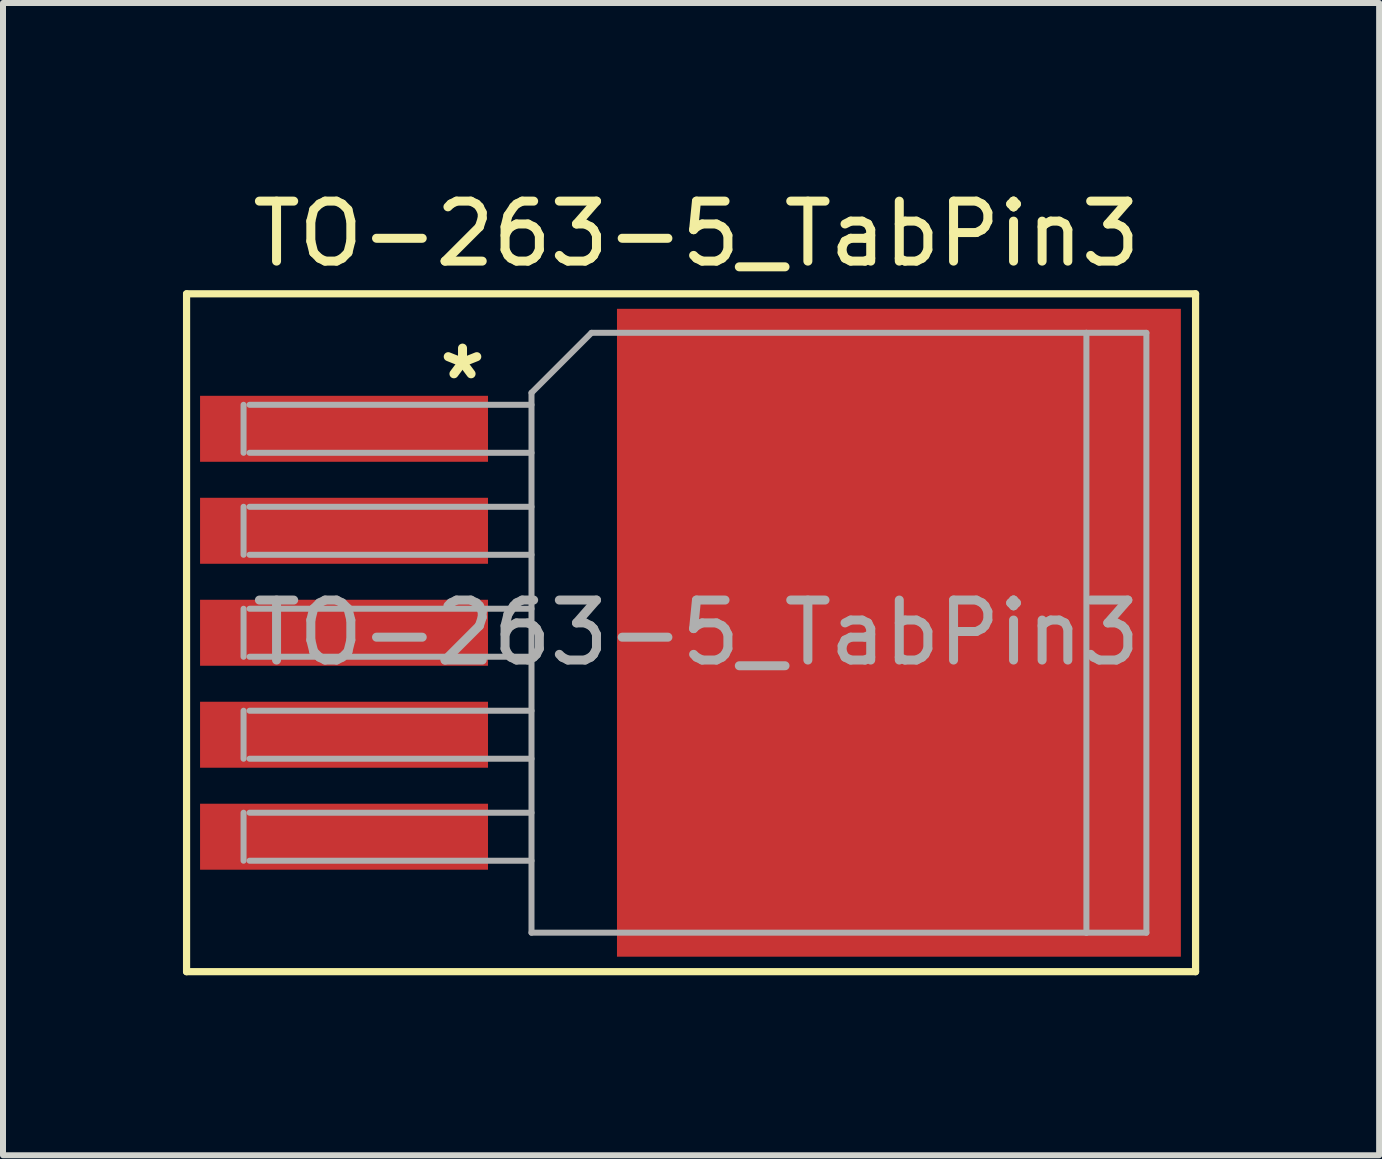
<source format=kicad_pcb>
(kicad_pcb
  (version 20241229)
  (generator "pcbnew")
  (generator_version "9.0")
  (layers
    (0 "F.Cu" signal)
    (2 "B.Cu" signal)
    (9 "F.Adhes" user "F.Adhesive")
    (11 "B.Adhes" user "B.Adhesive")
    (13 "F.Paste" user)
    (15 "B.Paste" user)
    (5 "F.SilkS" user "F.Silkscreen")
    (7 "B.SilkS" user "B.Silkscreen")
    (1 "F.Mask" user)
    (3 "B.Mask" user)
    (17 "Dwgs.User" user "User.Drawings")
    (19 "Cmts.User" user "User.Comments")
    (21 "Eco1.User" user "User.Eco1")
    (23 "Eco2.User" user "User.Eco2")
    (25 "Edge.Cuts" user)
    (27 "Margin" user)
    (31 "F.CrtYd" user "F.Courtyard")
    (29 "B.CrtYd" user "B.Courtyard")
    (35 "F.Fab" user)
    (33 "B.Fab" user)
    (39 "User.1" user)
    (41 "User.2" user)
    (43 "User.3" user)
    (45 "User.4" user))
  (footprint "TO-263-5_TabPin3"
    (layer "F.Cu")
    (at 8.56 7.498)
    (property "Reference" "TO-263-5_TabPin3" (at 0 -6.65 0) (layer "F.SilkS") (effects (font (size 1 1) (thickness 0.15))))
    (attr smd)
    (fp_line (start -8.5 -5.65) (end -8.5 5.65) (stroke (width 0.12) (type solid)) (layer "F.SilkS"))
    (fp_line (start -8.5 5.65) (end 8.32 5.65) (stroke (width 0.12) (type solid)) (layer "F.SilkS"))
    (fp_line (start 8.32 -5.65) (end -8.5 -5.65) (stroke (width 0.12) (type solid)) (layer "F.SilkS"))
    (fp_line (start 8.32 5.65) (end 8.32 -5.65) (stroke (width 0.12) (type solid)) (layer "F.SilkS"))
    (fp_line (start -7.55 -3.8) (end -7.55 -3) (stroke (width 0.1) (type solid)) (layer "F.Fab"))
    (fp_line (start -7.55 -2.1) (end -7.55 -1.3) (stroke (width 0.1) (type solid)) (layer "F.Fab"))
    (fp_line (start -7.55 -0.4) (end -7.55 0.4) (stroke (width 0.1) (type solid)) (layer "F.Fab"))
    (fp_line (start -7.55 1.3) (end -7.55 2.1) (stroke (width 0.1) (type solid)) (layer "F.Fab"))
    (fp_line (start -7.55 3) (end -7.55 3.8) (stroke (width 0.1) (type solid)) (layer "F.Fab"))
    (fp_line (start -7.45 -3) (end -2.75 -3) (stroke (width 0.1) (type solid)) (layer "F.Fab"))
    (fp_line (start -7.45 -1.3) (end -2.75 -1.3) (stroke (width 0.1) (type solid)) (layer "F.Fab"))
    (fp_line (start -7.45 0.4) (end -2.75 0.4) (stroke (width 0.1) (type solid)) (layer "F.Fab"))
    (fp_line (start -7.45 2.1) (end -2.75 2.1) (stroke (width 0.1) (type solid)) (layer "F.Fab"))
    (fp_line (start -7.45 3.8) (end -2.75 3.8) (stroke (width 0.1) (type solid)) (layer "F.Fab"))
    (fp_line (start -2.75 -4) (end -1.75 -5) (stroke (width 0.1) (type solid)) (layer "F.Fab"))
    (fp_line (start -2.75 -3.8) (end -7.45 -3.8) (stroke (width 0.1) (type solid)) (layer "F.Fab"))
    (fp_line (start -2.75 -2.1) (end -7.45 -2.1) (stroke (width 0.1) (type solid)) (layer "F.Fab"))
    (fp_line (start -2.75 -0.4) (end -7.45 -0.4) (stroke (width 0.1) (type solid)) (layer "F.Fab"))
    (fp_line (start -2.75 1.3) (end -7.45 1.3) (stroke (width 0.1) (type solid)) (layer "F.Fab"))
    (fp_line (start -2.75 3) (end -7.45 3) (stroke (width 0.1) (type solid)) (layer "F.Fab"))
    (fp_line (start -2.75 5) (end -2.75 -4) (stroke (width 0.1) (type solid)) (layer "F.Fab"))
    (fp_line (start -1.75 -5) (end 6.5 -5) (stroke (width 0.1) (type solid)) (layer "F.Fab"))
    (fp_line (start 6.5 -5) (end 6.5 5) (stroke (width 0.1) (type solid)) (layer "F.Fab"))
    (fp_line (start 6.5 -5) (end 7.5 -5) (stroke (width 0.1) (type solid)) (layer "F.Fab"))
    (fp_line (start 6.5 5) (end -2.75 5) (stroke (width 0.1) (type solid)) (layer "F.Fab"))
    (fp_line (start 7.5 -5) (end 7.5 5) (stroke (width 0.1) (type solid)) (layer "F.Fab"))
    (fp_line (start 7.5 5) (end 6.5 5) (stroke (width 0.1) (type solid)) (layer "F.Fab"))
    (fp_text user "*" (at -3.9 -4.2 0) (layer "F.SilkS") (effects (font (size 1 1) (thickness 0.15))))
    (fp_text user "${REFERENCE}" (at 0 0 0) (layer "F.Fab") (effects (font (size 1 1) (thickness 0.15))))
    (pad "" smd rect (at 0.95 -2.775) (size 4.55 5.25) (layers "F.Paste"))
    (pad "" smd rect (at 0.95 2.775) (size 4.55 5.25) (layers "F.Paste"))
    (pad "" smd rect (at 5.8 -2.775) (size 4.55 5.25) (layers "F.Paste"))
    (pad "" smd rect (at 5.8 2.775) (size 4.55 5.25) (layers "F.Paste"))
    (pad "1" smd rect (at -5.875 -3.4) (size 4.8 1.1) (layers "F.Cu" "F.Mask" "F.Paste"))
    (pad "2" smd rect (at -5.875 -1.7) (size 4.8 1.1) (layers "F.Cu" "F.Mask" "F.Paste"))
    (pad "3" smd rect (at -5.875 0) (size 4.8 1.1) (layers "F.Cu" "F.Mask" "F.Paste"))
    (pad "3" smd rect (at 3.375 0) (size 9.4 10.8) (layers "F.Cu" "F.Mask"))
    (pad "4" smd rect (at -5.875 1.7) (size 4.8 1.1) (layers "F.Cu" "F.Mask" "F.Paste"))
    (pad "5" smd rect (at -5.875 3.4) (size 4.8 1.1) (layers "F.Cu" "F.Mask" "F.Paste")))
  (gr_rect
    (start -3 -3)
    (end 19.94 16.208)
    (stroke (width 0.1) (type default))
    (fill no)
    (layer "Edge.Cuts")))
</source>
